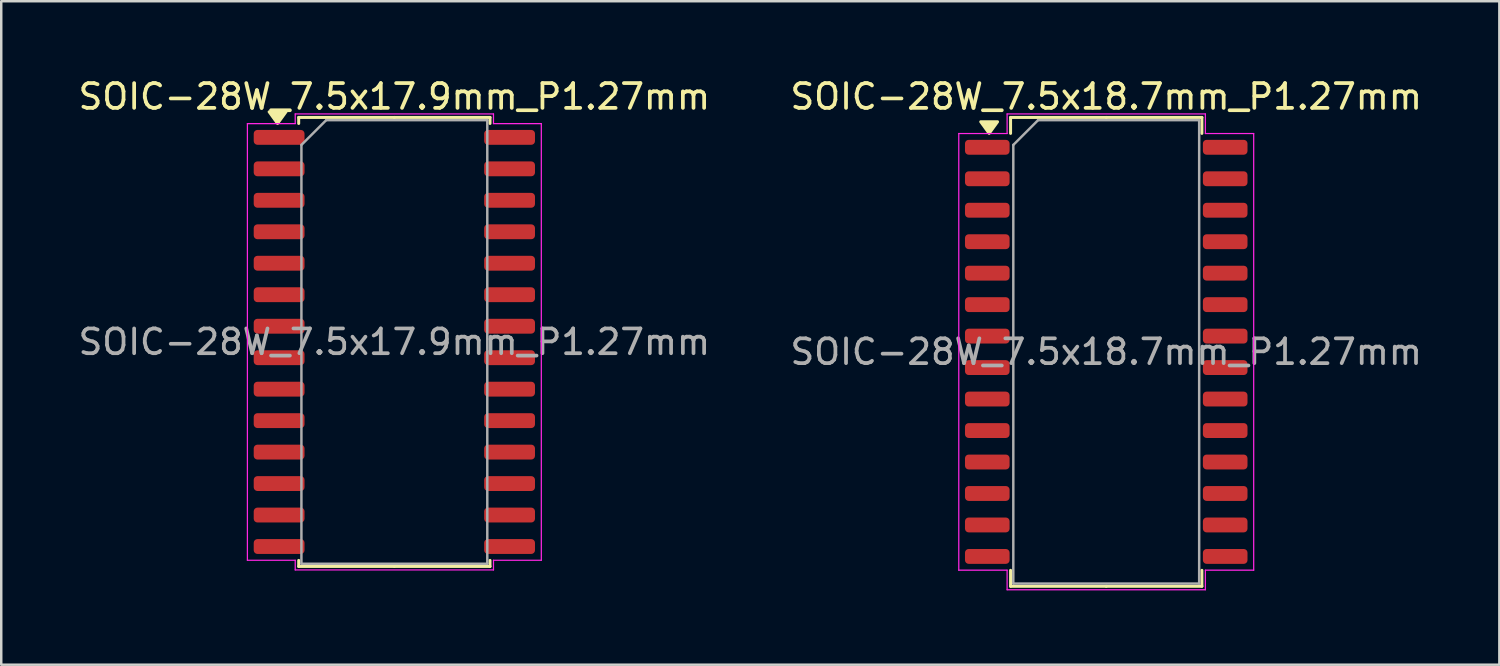
<source format=kicad_pcb>
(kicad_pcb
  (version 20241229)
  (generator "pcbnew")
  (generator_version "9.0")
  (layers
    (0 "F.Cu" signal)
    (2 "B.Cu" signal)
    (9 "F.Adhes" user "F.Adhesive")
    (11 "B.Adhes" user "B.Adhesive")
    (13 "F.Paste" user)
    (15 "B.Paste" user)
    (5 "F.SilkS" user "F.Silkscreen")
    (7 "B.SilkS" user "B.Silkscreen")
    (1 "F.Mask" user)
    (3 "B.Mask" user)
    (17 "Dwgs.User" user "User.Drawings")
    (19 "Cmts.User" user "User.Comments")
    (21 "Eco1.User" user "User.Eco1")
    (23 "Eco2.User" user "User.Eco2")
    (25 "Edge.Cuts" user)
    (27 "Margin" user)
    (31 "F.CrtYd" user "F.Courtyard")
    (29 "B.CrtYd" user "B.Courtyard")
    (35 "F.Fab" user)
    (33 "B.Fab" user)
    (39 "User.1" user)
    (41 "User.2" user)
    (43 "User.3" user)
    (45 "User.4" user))
  (footprint "SOIC-28W_7.5x17.9mm_P1.27mm"
    (layer "F.Cu")
    (at 12.863 10.748)
    (property "Reference" "SOIC-28W_7.5x17.9mm_P1.27mm" (at 0 -9.9 0) (layer "F.SilkS") (effects (font (size 1 1) (thickness 0.15))))
    (attr smd)
    (fp_line (start -3.86 -9.06) (end -3.86 -8.815) (stroke (width 0.12) (type solid)) (layer "F.SilkS"))
    (fp_line (start -3.86 9.06) (end -3.86 8.815) (stroke (width 0.12) (type solid)) (layer "F.SilkS"))
    (fp_line (start 0 -9.06) (end -3.86 -9.06) (stroke (width 0.12) (type solid)) (layer "F.SilkS"))
    (fp_line (start 0 -9.06) (end 3.86 -9.06) (stroke (width 0.12) (type solid)) (layer "F.SilkS"))
    (fp_line (start 0 9.06) (end -3.86 9.06) (stroke (width 0.12) (type solid)) (layer "F.SilkS"))
    (fp_line (start 0 9.06) (end 3.86 9.06) (stroke (width 0.12) (type solid)) (layer "F.SilkS"))
    (fp_line (start 3.86 -9.06) (end 3.86 -8.815) (stroke (width 0.12) (type solid)) (layer "F.SilkS"))
    (fp_line (start 3.86 9.06) (end 3.86 8.815) (stroke (width 0.12) (type solid)) (layer "F.SilkS"))
    (fp_poly (pts (xy -4.713 -8.815) (xy -5.053 -9.285) (xy -4.372 -9.285)) (stroke (width 0.12) (type solid)) (fill yes) (layer "F.SilkS"))
    (fp_line (start -5.93 -8.81) (end -4 -8.81) (stroke (width 0.05) (type solid)) (layer "F.CrtYd"))
    (fp_line (start -5.93 8.81) (end -5.93 -8.81) (stroke (width 0.05) (type solid)) (layer "F.CrtYd"))
    (fp_line (start -4 -9.2) (end 4 -9.2) (stroke (width 0.05) (type solid)) (layer "F.CrtYd"))
    (fp_line (start -4 -8.81) (end -4 -9.2) (stroke (width 0.05) (type solid)) (layer "F.CrtYd"))
    (fp_line (start -4 8.81) (end -5.93 8.81) (stroke (width 0.05) (type solid)) (layer "F.CrtYd"))
    (fp_line (start -4 9.2) (end -4 8.81) (stroke (width 0.05) (type solid)) (layer "F.CrtYd"))
    (fp_line (start 4 -9.2) (end 4 -8.81) (stroke (width 0.05) (type solid)) (layer "F.CrtYd"))
    (fp_line (start 4 -8.81) (end 5.93 -8.81) (stroke (width 0.05) (type solid)) (layer "F.CrtYd"))
    (fp_line (start 4 8.81) (end 4 9.2) (stroke (width 0.05) (type solid)) (layer "F.CrtYd"))
    (fp_line (start 4 9.2) (end -4 9.2) (stroke (width 0.05) (type solid)) (layer "F.CrtYd"))
    (fp_line (start 5.93 -8.81) (end 5.93 8.81) (stroke (width 0.05) (type solid)) (layer "F.CrtYd"))
    (fp_line (start 5.93 8.81) (end 4 8.81) (stroke (width 0.05) (type solid)) (layer "F.CrtYd"))
    (fp_line (start -3.75 -7.95) (end -2.75 -8.95) (stroke (width 0.1) (type solid)) (layer "F.Fab"))
    (fp_line (start -3.75 8.95) (end -3.75 -7.95) (stroke (width 0.1) (type solid)) (layer "F.Fab"))
    (fp_line (start -2.75 -8.95) (end 3.75 -8.95) (stroke (width 0.1) (type solid)) (layer "F.Fab"))
    (fp_line (start 3.75 -8.95) (end 3.75 8.95) (stroke (width 0.1) (type solid)) (layer "F.Fab"))
    (fp_line (start 3.75 8.95) (end -3.75 8.95) (stroke (width 0.1) (type solid)) (layer "F.Fab"))
    (fp_text user "${REFERENCE}" (at 0 0 0) (layer "F.Fab") (effects (font (size 1 1) (thickness 0.15))))
    (pad "1" smd roundrect (at -4.65 -8.255) (size 2.05 0.6) (layers "F.Cu" "F.Mask" "F.Paste") (roundrect_rratio 0.25))
    (pad "2" smd roundrect (at -4.65 -6.985) (size 2.05 0.6) (layers "F.Cu" "F.Mask" "F.Paste") (roundrect_rratio 0.25))
    (pad "3" smd roundrect (at -4.65 -5.715) (size 2.05 0.6) (layers "F.Cu" "F.Mask" "F.Paste") (roundrect_rratio 0.25))
    (pad "4" smd roundrect (at -4.65 -4.445) (size 2.05 0.6) (layers "F.Cu" "F.Mask" "F.Paste") (roundrect_rratio 0.25))
    (pad "5" smd roundrect (at -4.65 -3.175) (size 2.05 0.6) (layers "F.Cu" "F.Mask" "F.Paste") (roundrect_rratio 0.25))
    (pad "6" smd roundrect (at -4.65 -1.905) (size 2.05 0.6) (layers "F.Cu" "F.Mask" "F.Paste") (roundrect_rratio 0.25))
    (pad "7" smd roundrect (at -4.65 -0.635) (size 2.05 0.6) (layers "F.Cu" "F.Mask" "F.Paste") (roundrect_rratio 0.25))
    (pad "8" smd roundrect (at -4.65 0.635) (size 2.05 0.6) (layers "F.Cu" "F.Mask" "F.Paste") (roundrect_rratio 0.25))
    (pad "9" smd roundrect (at -4.65 1.905) (size 2.05 0.6) (layers "F.Cu" "F.Mask" "F.Paste") (roundrect_rratio 0.25))
    (pad "10" smd roundrect (at -4.65 3.175) (size 2.05 0.6) (layers "F.Cu" "F.Mask" "F.Paste") (roundrect_rratio 0.25))
    (pad "11" smd roundrect (at -4.65 4.445) (size 2.05 0.6) (layers "F.Cu" "F.Mask" "F.Paste") (roundrect_rratio 0.25))
    (pad "12" smd roundrect (at -4.65 5.715) (size 2.05 0.6) (layers "F.Cu" "F.Mask" "F.Paste") (roundrect_rratio 0.25))
    (pad "13" smd roundrect (at -4.65 6.985) (size 2.05 0.6) (layers "F.Cu" "F.Mask" "F.Paste") (roundrect_rratio 0.25))
    (pad "14" smd roundrect (at -4.65 8.255) (size 2.05 0.6) (layers "F.Cu" "F.Mask" "F.Paste") (roundrect_rratio 0.25))
    (pad "15" smd roundrect (at 4.65 8.255) (size 2.05 0.6) (layers "F.Cu" "F.Mask" "F.Paste") (roundrect_rratio 0.25))
    (pad "16" smd roundrect (at 4.65 6.985) (size 2.05 0.6) (layers "F.Cu" "F.Mask" "F.Paste") (roundrect_rratio 0.25))
    (pad "17" smd roundrect (at 4.65 5.715) (size 2.05 0.6) (layers "F.Cu" "F.Mask" "F.Paste") (roundrect_rratio 0.25))
    (pad "18" smd roundrect (at 4.65 4.445) (size 2.05 0.6) (layers "F.Cu" "F.Mask" "F.Paste") (roundrect_rratio 0.25))
    (pad "19" smd roundrect (at 4.65 3.175) (size 2.05 0.6) (layers "F.Cu" "F.Mask" "F.Paste") (roundrect_rratio 0.25))
    (pad "20" smd roundrect (at 4.65 1.905) (size 2.05 0.6) (layers "F.Cu" "F.Mask" "F.Paste") (roundrect_rratio 0.25))
    (pad "21" smd roundrect (at 4.65 0.635) (size 2.05 0.6) (layers "F.Cu" "F.Mask" "F.Paste") (roundrect_rratio 0.25))
    (pad "22" smd roundrect (at 4.65 -0.635) (size 2.05 0.6) (layers "F.Cu" "F.Mask" "F.Paste") (roundrect_rratio 0.25))
    (pad "23" smd roundrect (at 4.65 -1.905) (size 2.05 0.6) (layers "F.Cu" "F.Mask" "F.Paste") (roundrect_rratio 0.25))
    (pad "24" smd roundrect (at 4.65 -3.175) (size 2.05 0.6) (layers "F.Cu" "F.Mask" "F.Paste") (roundrect_rratio 0.25))
    (pad "25" smd roundrect (at 4.65 -4.445) (size 2.05 0.6) (layers "F.Cu" "F.Mask" "F.Paste") (roundrect_rratio 0.25))
    (pad "26" smd roundrect (at 4.65 -5.715) (size 2.05 0.6) (layers "F.Cu" "F.Mask" "F.Paste") (roundrect_rratio 0.25))
    (pad "27" smd roundrect (at 4.65 -6.985) (size 2.05 0.6) (layers "F.Cu" "F.Mask" "F.Paste") (roundrect_rratio 0.25))
    (pad "28" smd roundrect (at 4.65 -8.255) (size 2.05 0.6) (layers "F.Cu" "F.Mask" "F.Paste") (roundrect_rratio 0.25)))
  (footprint "SOIC-28W_7.5x18.7mm_P1.27mm"
    (layer "F.Cu")
    (at 41.589 11.148)
    (property "Reference" "SOIC-28W_7.5x18.7mm_P1.27mm" (at 0 -10.3 0) (layer "F.SilkS") (effects (font (size 1 1) (thickness 0.15))))
    (attr smd)
    (fp_line (start -3.86 -9.46) (end -3.86 -8.815) (stroke (width 0.12) (type solid)) (layer "F.SilkS"))
    (fp_line (start -3.86 9.46) (end -3.86 8.815) (stroke (width 0.12) (type solid)) (layer "F.SilkS"))
    (fp_line (start 0 -9.46) (end -3.86 -9.46) (stroke (width 0.12) (type solid)) (layer "F.SilkS"))
    (fp_line (start 0 -9.46) (end 3.86 -9.46) (stroke (width 0.12) (type solid)) (layer "F.SilkS"))
    (fp_line (start 0 9.46) (end -3.86 9.46) (stroke (width 0.12) (type solid)) (layer "F.SilkS"))
    (fp_line (start 0 9.46) (end 3.86 9.46) (stroke (width 0.12) (type solid)) (layer "F.SilkS"))
    (fp_line (start 3.86 -9.46) (end 3.86 -8.815) (stroke (width 0.12) (type solid)) (layer "F.SilkS"))
    (fp_line (start 3.86 9.46) (end 3.86 8.815) (stroke (width 0.12) (type solid)) (layer "F.SilkS"))
    (fp_poly (pts (xy -4.725 -8.815) (xy -5.065 -9.285) (xy -4.385 -9.285)) (stroke (width 0.12) (type solid)) (fill yes) (layer "F.SilkS"))
    (fp_line (start -5.95 -8.81) (end -4 -8.81) (stroke (width 0.05) (type solid)) (layer "F.CrtYd"))
    (fp_line (start -5.95 8.81) (end -5.95 -8.81) (stroke (width 0.05) (type solid)) (layer "F.CrtYd"))
    (fp_line (start -4 -9.6) (end 4 -9.6) (stroke (width 0.05) (type solid)) (layer "F.CrtYd"))
    (fp_line (start -4 -8.81) (end -4 -9.6) (stroke (width 0.05) (type solid)) (layer "F.CrtYd"))
    (fp_line (start -4 8.81) (end -5.95 8.81) (stroke (width 0.05) (type solid)) (layer "F.CrtYd"))
    (fp_line (start -4 9.6) (end -4 8.81) (stroke (width 0.05) (type solid)) (layer "F.CrtYd"))
    (fp_line (start 4 -9.6) (end 4 -8.81) (stroke (width 0.05) (type solid)) (layer "F.CrtYd"))
    (fp_line (start 4 -8.81) (end 5.95 -8.81) (stroke (width 0.05) (type solid)) (layer "F.CrtYd"))
    (fp_line (start 4 8.81) (end 4 9.6) (stroke (width 0.05) (type solid)) (layer "F.CrtYd"))
    (fp_line (start 4 9.6) (end -4 9.6) (stroke (width 0.05) (type solid)) (layer "F.CrtYd"))
    (fp_line (start 5.95 -8.81) (end 5.95 8.81) (stroke (width 0.05) (type solid)) (layer "F.CrtYd"))
    (fp_line (start 5.95 8.81) (end 4 8.81) (stroke (width 0.05) (type solid)) (layer "F.CrtYd"))
    (fp_line (start -3.75 -8.35) (end -2.75 -9.35) (stroke (width 0.1) (type solid)) (layer "F.Fab"))
    (fp_line (start -3.75 9.35) (end -3.75 -8.35) (stroke (width 0.1) (type solid)) (layer "F.Fab"))
    (fp_line (start -2.75 -9.35) (end 3.75 -9.35) (stroke (width 0.1) (type solid)) (layer "F.Fab"))
    (fp_line (start 3.75 -9.35) (end 3.75 9.35) (stroke (width 0.1) (type solid)) (layer "F.Fab"))
    (fp_line (start 3.75 9.35) (end -3.75 9.35) (stroke (width 0.1) (type solid)) (layer "F.Fab"))
    (fp_text user "${REFERENCE}" (at 0 0 0) (layer "F.Fab") (effects (font (size 1 1) (thickness 0.15))))
    (pad "1" smd roundrect (at -4.8 -8.255) (size 1.8 0.6) (layers "F.Cu" "F.Mask" "F.Paste") (roundrect_rratio 0.25))
    (pad "2" smd roundrect (at -4.8 -6.985) (size 1.8 0.6) (layers "F.Cu" "F.Mask" "F.Paste") (roundrect_rratio 0.25))
    (pad "3" smd roundrect (at -4.8 -5.715) (size 1.8 0.6) (layers "F.Cu" "F.Mask" "F.Paste") (roundrect_rratio 0.25))
    (pad "4" smd roundrect (at -4.8 -4.445) (size 1.8 0.6) (layers "F.Cu" "F.Mask" "F.Paste") (roundrect_rratio 0.25))
    (pad "5" smd roundrect (at -4.8 -3.175) (size 1.8 0.6) (layers "F.Cu" "F.Mask" "F.Paste") (roundrect_rratio 0.25))
    (pad "6" smd roundrect (at -4.8 -1.905) (size 1.8 0.6) (layers "F.Cu" "F.Mask" "F.Paste") (roundrect_rratio 0.25))
    (pad "7" smd roundrect (at -4.8 -0.635) (size 1.8 0.6) (layers "F.Cu" "F.Mask" "F.Paste") (roundrect_rratio 0.25))
    (pad "8" smd roundrect (at -4.8 0.635) (size 1.8 0.6) (layers "F.Cu" "F.Mask" "F.Paste") (roundrect_rratio 0.25))
    (pad "9" smd roundrect (at -4.8 1.905) (size 1.8 0.6) (layers "F.Cu" "F.Mask" "F.Paste") (roundrect_rratio 0.25))
    (pad "10" smd roundrect (at -4.8 3.175) (size 1.8 0.6) (layers "F.Cu" "F.Mask" "F.Paste") (roundrect_rratio 0.25))
    (pad "11" smd roundrect (at -4.8 4.445) (size 1.8 0.6) (layers "F.Cu" "F.Mask" "F.Paste") (roundrect_rratio 0.25))
    (pad "12" smd roundrect (at -4.8 5.715) (size 1.8 0.6) (layers "F.Cu" "F.Mask" "F.Paste") (roundrect_rratio 0.25))
    (pad "13" smd roundrect (at -4.8 6.985) (size 1.8 0.6) (layers "F.Cu" "F.Mask" "F.Paste") (roundrect_rratio 0.25))
    (pad "14" smd roundrect (at -4.8 8.255) (size 1.8 0.6) (layers "F.Cu" "F.Mask" "F.Paste") (roundrect_rratio 0.25))
    (pad "15" smd roundrect (at 4.8 8.255) (size 1.8 0.6) (layers "F.Cu" "F.Mask" "F.Paste") (roundrect_rratio 0.25))
    (pad "16" smd roundrect (at 4.8 6.985) (size 1.8 0.6) (layers "F.Cu" "F.Mask" "F.Paste") (roundrect_rratio 0.25))
    (pad "17" smd roundrect (at 4.8 5.715) (size 1.8 0.6) (layers "F.Cu" "F.Mask" "F.Paste") (roundrect_rratio 0.25))
    (pad "18" smd roundrect (at 4.8 4.445) (size 1.8 0.6) (layers "F.Cu" "F.Mask" "F.Paste") (roundrect_rratio 0.25))
    (pad "19" smd roundrect (at 4.8 3.175) (size 1.8 0.6) (layers "F.Cu" "F.Mask" "F.Paste") (roundrect_rratio 0.25))
    (pad "20" smd roundrect (at 4.8 1.905) (size 1.8 0.6) (layers "F.Cu" "F.Mask" "F.Paste") (roundrect_rratio 0.25))
    (pad "21" smd roundrect (at 4.8 0.635) (size 1.8 0.6) (layers "F.Cu" "F.Mask" "F.Paste") (roundrect_rratio 0.25))
    (pad "22" smd roundrect (at 4.8 -0.635) (size 1.8 0.6) (layers "F.Cu" "F.Mask" "F.Paste") (roundrect_rratio 0.25))
    (pad "23" smd roundrect (at 4.8 -1.905) (size 1.8 0.6) (layers "F.Cu" "F.Mask" "F.Paste") (roundrect_rratio 0.25))
    (pad "24" smd roundrect (at 4.8 -3.175) (size 1.8 0.6) (layers "F.Cu" "F.Mask" "F.Paste") (roundrect_rratio 0.25))
    (pad "25" smd roundrect (at 4.8 -4.445) (size 1.8 0.6) (layers "F.Cu" "F.Mask" "F.Paste") (roundrect_rratio 0.25))
    (pad "26" smd roundrect (at 4.8 -5.715) (size 1.8 0.6) (layers "F.Cu" "F.Mask" "F.Paste") (roundrect_rratio 0.25))
    (pad "27" smd roundrect (at 4.8 -6.985) (size 1.8 0.6) (layers "F.Cu" "F.Mask" "F.Paste") (roundrect_rratio 0.25))
    (pad "28" smd roundrect (at 4.8 -8.255) (size 1.8 0.6) (layers "F.Cu" "F.Mask" "F.Paste") (roundrect_rratio 0.25)))
  (gr_rect
    (start -3 -3)
    (end 57.452 23.773)
    (stroke (width 0.1) (type default))
    (fill no)
    (layer "Edge.Cuts")))
</source>
